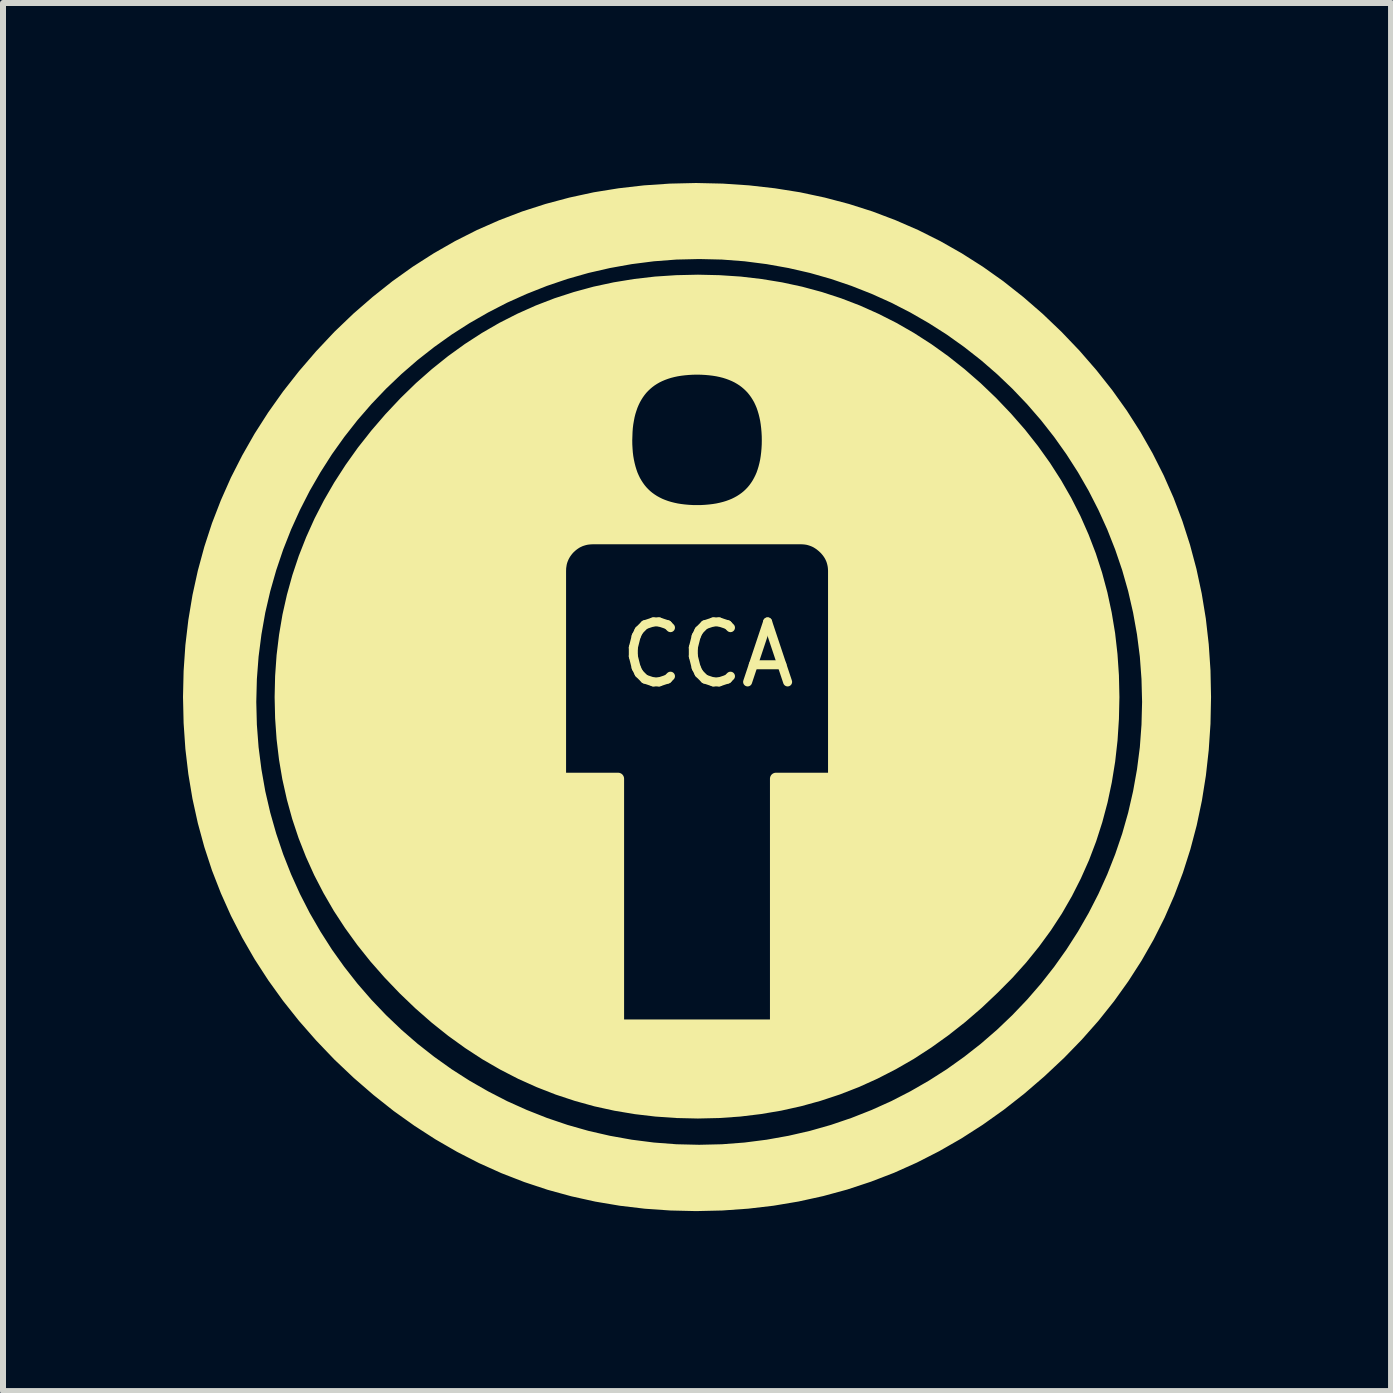
<source format=kicad_pcb>
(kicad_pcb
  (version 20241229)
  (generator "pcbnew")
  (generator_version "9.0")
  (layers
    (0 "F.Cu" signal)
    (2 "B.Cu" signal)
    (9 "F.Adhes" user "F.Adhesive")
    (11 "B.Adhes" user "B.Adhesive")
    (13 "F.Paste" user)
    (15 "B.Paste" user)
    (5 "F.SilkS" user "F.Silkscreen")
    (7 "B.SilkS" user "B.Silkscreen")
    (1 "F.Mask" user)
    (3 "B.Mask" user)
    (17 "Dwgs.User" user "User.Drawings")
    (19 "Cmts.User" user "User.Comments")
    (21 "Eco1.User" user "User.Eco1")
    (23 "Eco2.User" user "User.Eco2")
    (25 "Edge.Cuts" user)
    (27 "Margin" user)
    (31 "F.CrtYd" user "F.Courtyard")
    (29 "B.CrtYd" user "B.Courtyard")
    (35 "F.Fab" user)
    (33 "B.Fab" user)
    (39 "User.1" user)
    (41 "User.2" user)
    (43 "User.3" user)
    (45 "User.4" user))
  (footprint "CCA"
    (layer "F.Cu")
    (at 8.743 8.36)
    (property "Reference" "CCA" (at 0 -0.5 0) (unlocked yes) (layer "F.SilkS") (effects (font (size 1 1) (thickness 0.15))))
    (attr smd)
    (fp_poly (pts (xy 0.25 -8.25) (xy 0.683 -8.221) (xy 1.107 -8.173) (xy 1.522 -8.107) (xy 1.929 -8.02) (xy 2.327 -7.915) (xy 2.716 -7.791) (xy 3.096 -7.647) (xy 3.468 -7.485) (xy 3.831 -7.303) (xy 4.185 -7.102) (xy 4.531 -6.882) (xy 4.868 -6.643) (xy 5.196 -6.384) (xy 5.515 -6.107) (xy 5.826 -5.81) (xy 6.124 -5.498) (xy 6.403 -5.177) (xy 6.663 -4.848) (xy 6.904 -4.51) (xy 7.125 -4.164) (xy 7.327 -3.809) (xy 7.51 -3.446) (xy 7.674 -3.074) (xy 7.818 -2.693) (xy 7.943 -2.304) (xy 8.049 -1.907) (xy 8.136 -1.501) (xy 8.204 -1.087) (xy 8.252 -0.664) (xy 8.281 -0.233) (xy 8.29 0.207) (xy 8.281 0.648) (xy 8.252 1.081) (xy 8.205 1.503) (xy 8.139 1.917) (xy 8.054 2.321) (xy 7.95 2.715) (xy 7.827 3.101) (xy 7.685 3.477) (xy 7.525 3.843) (xy 7.345 4.201) (xy 7.146 4.549) (xy 6.929 4.887) (xy 6.693 5.217) (xy 6.438 5.537) (xy 6.164 5.847) (xy 5.871 6.149) (xy 5.546 6.454) (xy 5.214 6.74) (xy 4.874 7.007) (xy 4.528 7.253) (xy 4.174 7.48) (xy 3.813 7.687) (xy 3.445 7.875) (xy 3.07 8.043) (xy 2.688 8.19) (xy 2.298 8.319) (xy 1.901 8.427) (xy 1.497 8.516) (xy 1.086 8.585) (xy 0.667 8.634) (xy 0.241 8.664) (xy -0.192 8.674) (xy -0.617 8.664) (xy -1.035 8.635) (xy -1.447 8.586) (xy -1.851 8.518) (xy -2.248 8.43) (xy -2.638 8.323) (xy -3.021 8.196) (xy -3.397 8.05) (xy -3.766 7.884) (xy -4.127 7.699) (xy -4.482 7.494) (xy -4.829 7.27) (xy -5.17 7.027) (xy -5.503 6.763) (xy -5.829 6.481) (xy -6.148 6.179) (xy -6.45 5.863) (xy -6.733 5.54) (xy -6.996 5.209) (xy -7.24 4.87) (xy -7.464 4.524) (xy -7.668 4.17) (xy -7.854 3.808) (xy -8.019 3.439) (xy -8.166 3.062) (xy -8.292 2.677) (xy -8.399 2.284) (xy -8.487 1.884) (xy -8.555 1.477) (xy -8.604 1.061) (xy -8.633 0.638) (xy -8.641 0.288) (xy -7.622 0.288) (xy -7.612 0.673) (xy -7.583 1.053) (xy -7.535 1.427) (xy -7.47 1.796) (xy -7.386 2.158) (xy -7.285 2.513) (xy -7.168 2.86) (xy -7.034 3.2) (xy -6.884 3.532) (xy -6.719 3.854) (xy -6.538 4.167) (xy -6.344 4.471) (xy -6.135 4.764) (xy -5.913 5.047) (xy -5.678 5.318) (xy -5.43 5.578) (xy -5.17 5.826) (xy -4.899 6.061) (xy -4.616 6.283) (xy -4.323 6.492) (xy -4.02 6.686) (xy -3.706 6.866) (xy -3.384 7.032) (xy -3.052 7.181) (xy -2.713 7.315) (xy -2.365 7.433) (xy -2.01 7.534) (xy -1.648 7.617) (xy -1.28 7.683) (xy -0.905 7.731) (xy -0.525 7.76) (xy -0.14 7.769) (xy 0.245 7.76) (xy 0.625 7.731) (xy 0.999 7.683) (xy 1.368 7.617) (xy 1.73 7.534) (xy 2.085 7.433) (xy 2.432 7.315) (xy 2.772 7.181) (xy 3.103 7.032) (xy 3.426 6.866) (xy 3.739 6.686) (xy 4.043 6.492) (xy 4.336 6.283) (xy 4.619 6.061) (xy 4.89 5.826) (xy 5.15 5.578) (xy 5.398 5.318) (xy 5.633 5.047) (xy 5.855 4.764) (xy 6.063 4.471) (xy 6.258 4.167) (xy 6.438 3.854) (xy 6.603 3.532) (xy 6.753 3.2) (xy 6.887 2.86) (xy 7.005 2.513) (xy 7.106 2.158) (xy 7.189 1.796) (xy 7.255 1.427) (xy 7.303 1.053) (xy 7.331 0.673) (xy 7.341 0.288) (xy 7.331 -0.097) (xy 7.303 -0.477) (xy 7.255 -0.851) (xy 7.189 -1.22) (xy 7.106 -1.582) (xy 7.005 -1.937) (xy 6.887 -2.284) (xy 6.753 -2.624) (xy 6.603 -2.955) (xy 6.438 -3.278) (xy 6.258 -3.591) (xy 6.063 -3.895) (xy 5.855 -4.188) (xy 5.633 -4.471) (xy 5.398 -4.742) (xy 5.15 -5.002) (xy 4.89 -5.25) (xy 4.619 -5.485) (xy 4.336 -5.707) (xy 4.043 -5.916) (xy 3.739 -6.11) (xy 3.426 -6.29) (xy 3.103 -6.456) (xy 2.772 -6.605) (xy 2.432 -6.739) (xy 2.085 -6.857) (xy 1.73 -6.958) (xy 1.368 -7.041) (xy 0.999 -7.107) (xy 0.625 -7.155) (xy 0.245 -7.184) (xy -0.14 -7.193) (xy -0.525 -7.184) (xy -0.905 -7.155) (xy -1.28 -7.107) (xy -1.648 -7.041) (xy -2.01 -6.958) (xy -2.365 -6.857) (xy -2.713 -6.739) (xy -3.052 -6.605) (xy -3.384 -6.456) (xy -3.706 -6.29) (xy -4.02 -6.11) (xy -4.323 -5.916) (xy -4.616 -5.707) (xy -4.899 -5.485) (xy -5.17 -5.25) (xy -5.43 -5.002) (xy -5.678 -4.742) (xy -5.913 -4.471) (xy -6.135 -4.188) (xy -6.344 -3.895) (xy -6.538 -3.591) (xy -6.719 -3.278) (xy -6.884 -2.955) (xy -7.034 -2.624) (xy -7.168 -2.284) (xy -7.285 -1.937) (xy -7.386 -1.582) (xy -7.47 -1.22) (xy -7.535 -0.851) (xy -7.583 -0.477) (xy -7.612 -0.097) (xy -7.622 0.288) (xy -8.641 0.288) (xy -8.643 0.207) (xy -8.633 -0.224) (xy -8.604 -0.648) (xy -8.555 -1.064) (xy -8.487 -1.473) (xy -8.399 -1.875) (xy -8.292 -2.269) (xy -8.166 -2.656) (xy -8.019 -3.036) (xy -7.854 -3.408) (xy -7.668 -3.773) (xy -7.464 -4.131) (xy -7.24 -4.481) (xy -6.996 -4.825) (xy -6.733 -5.16) (xy -6.45 -5.489) (xy -6.148 -5.81) (xy -5.838 -6.107) (xy -5.519 -6.384) (xy -5.193 -6.643) (xy -4.858 -6.882) (xy -4.514 -7.102) (xy -4.163 -7.303) (xy -3.803 -7.485) (xy -3.435 -7.647) (xy -3.058 -7.791) (xy -2.673 -7.915) (xy -2.28 -8.02) (xy -1.879 -8.107) (xy -1.47 -8.173) (xy -1.052 -8.221) (xy -0.626 -8.25) (xy -0.192 -8.26)) (stroke (width 0.2) (type solid)) (fill yes) (layer "F.SilkS"))
    (fp_poly (pts (xy 0.194 -6.724) (xy 0.544 -6.701) (xy 0.886 -6.661) (xy 1.222 -6.606) (xy 1.551 -6.535) (xy 1.874 -6.448) (xy 2.19 -6.345) (xy 2.5 -6.226) (xy 2.802 -6.091) (xy 3.099 -5.941) (xy 3.388 -5.775) (xy 3.671 -5.593) (xy 3.948 -5.395) (xy 4.217 -5.182) (xy 4.481 -4.952) (xy 4.737 -4.707) (xy 4.982 -4.45) (xy 5.212 -4.187) (xy 5.425 -3.917) (xy 5.623 -3.64) (xy 5.805 -3.356) (xy 5.971 -3.066) (xy 6.122 -2.769) (xy 6.256 -2.465) (xy 6.375 -2.155) (xy 6.478 -1.838) (xy 6.565 -1.514) (xy 6.636 -1.183) (xy 6.692 -0.846) (xy 6.731 -0.502) (xy 6.755 -0.151) (xy 6.763 0.207) (xy 6.755 0.57) (xy 6.732 0.924) (xy 6.693 1.271) (xy 6.638 1.61) (xy 6.568 1.941) (xy 6.482 2.264) (xy 6.381 2.579) (xy 6.264 2.887) (xy 6.131 3.186) (xy 5.983 3.478) (xy 5.82 3.761) (xy 5.64 4.037) (xy 5.445 4.304) (xy 5.235 4.564) (xy 5.009 4.816) (xy 4.767 5.06) (xy 4.502 5.311) (xy 4.23 5.546) (xy 3.953 5.764) (xy 3.671 5.966) (xy 3.383 6.153) (xy 3.089 6.322) (xy 2.789 6.476) (xy 2.484 6.614) (xy 2.173 6.735) (xy 1.856 6.84) (xy 1.534 6.929) (xy 1.206 7.002) (xy 0.873 7.058) (xy 0.534 7.099) (xy 0.189 7.123) (xy -0.162 7.131) (xy -0.514 7.123) (xy -0.86 7.099) (xy -1.2 7.059) (xy -1.534 7.003) (xy -1.862 6.931) (xy -2.183 6.842) (xy -2.498 6.738) (xy -2.808 6.617) (xy -3.111 6.481) (xy -3.408 6.328) (xy -3.699 6.16) (xy -3.983 5.975) (xy -4.262 5.774) (xy -4.534 5.557) (xy -4.8 5.324) (xy -5.06 5.075) (xy -5.309 4.815) (xy -5.542 4.55) (xy -5.759 4.278) (xy -5.96 4) (xy -6.145 3.717) (xy -6.313 3.427) (xy -6.466 3.132) (xy -6.602 2.831) (xy -6.723 2.523) (xy -6.827 2.21) (xy -6.915 1.891) (xy -6.987 1.568) (xy -2.459 1.568) (xy -1.492 1.568) (xy -1.492 5.68) (xy 1.139 5.68) (xy 1.139 1.568) (xy 2.107 1.568) (xy 2.107 -1.894) (xy 2.106 -1.923) (xy 2.104 -1.95) (xy 2.101 -1.977) (xy 2.096 -2.004) (xy 2.09 -2.03) (xy 2.083 -2.055) (xy 2.075 -2.08) (xy 2.065 -2.104) (xy 2.054 -2.128) (xy 2.042 -2.151) (xy 2.028 -2.174) (xy 2.013 -2.196) (xy 1.997 -2.218) (xy 1.979 -2.239) (xy 1.961 -2.26) (xy 1.94 -2.28) (xy 1.92 -2.299) (xy 1.898 -2.317) (xy 1.877 -2.334) (xy 1.855 -2.349) (xy 1.832 -2.364) (xy 1.81 -2.377) (xy 1.786 -2.389) (xy 1.763 -2.399) (xy 1.739 -2.408) (xy 1.715 -2.416) (xy 1.691 -2.423) (xy 1.666 -2.429) (xy 1.64 -2.433) (xy 1.615 -2.436) (xy 1.589 -2.438) (xy 1.563 -2.439) (xy -1.915 -2.439) (xy -1.943 -2.438) (xy -1.971 -2.436) (xy -1.998 -2.433) (xy -2.024 -2.429) (xy -2.05 -2.423) (xy -2.075 -2.416) (xy -2.1 -2.408) (xy -2.125 -2.399) (xy -2.148 -2.388) (xy -2.172 -2.377) (xy -2.194 -2.364) (xy -2.217 -2.349) (xy -2.238 -2.334) (xy -2.26 -2.317) (xy -2.28 -2.299) (xy -2.301 -2.28) (xy -2.32 -2.26) (xy -2.338 -2.239) (xy -2.354 -2.218) (xy -2.37 -2.196) (xy -2.384 -2.174) (xy -2.397 -2.151) (xy -2.409 -2.128) (xy -2.419 -2.104) (xy -2.429 -2.08) (xy -2.437 -2.055) (xy -2.444 -2.03) (xy -2.449 -2.004) (xy -2.453 -1.977) (xy -2.457 -1.95) (xy -2.458 -1.923) (xy -2.459 -1.894) (xy -2.459 1.568) (xy -6.987 1.568) (xy -6.988 1.566) (xy -7.044 1.235) (xy -7.084 0.899) (xy -7.108 0.556) (xy -7.116 0.207) (xy -7.108 -0.14) (xy -7.084 -0.481) (xy -7.043 -0.818) (xy -6.987 -1.149) (xy -6.914 -1.474) (xy -6.825 -1.795) (xy -6.72 -2.11) (xy -6.598 -2.42) (xy -6.461 -2.724) (xy -6.307 -3.023) (xy -6.137 -3.317) (xy -5.951 -3.605) (xy -5.749 -3.889) (xy -5.605 -4.071) (xy -1.356 -4.071) (xy -1.355 -3.999) (xy -1.351 -3.929) (xy -1.346 -3.861) (xy -1.338 -3.795) (xy -1.327 -3.732) (xy -1.314 -3.671) (xy -1.299 -3.612) (xy -1.282 -3.556) (xy -1.263 -3.501) (xy -1.241 -3.45) (xy -1.217 -3.4) (xy -1.19 -3.353) (xy -1.161 -3.308) (xy -1.13 -3.265) (xy -1.097 -3.225) (xy -1.061 -3.187) (xy -1.023 -3.151) (xy -0.983 -3.118) (xy -0.94 -3.087) (xy -0.895 -3.058) (xy -0.848 -3.032) (xy -0.798 -3.007) (xy -0.747 -2.986) (xy -0.692 -2.966) (xy -0.636 -2.949) (xy -0.577 -2.934) (xy -0.516 -2.921) (xy -0.453 -2.911) (xy -0.387 -2.903) (xy -0.319 -2.897) (xy -0.249 -2.893) (xy -0.176 -2.892) (xy -0.104 -2.893) (xy -0.034 -2.897) (xy 0.034 -2.903) (xy 0.1 -2.911) (xy 0.163 -2.921) (xy 0.224 -2.934) (xy 0.283 -2.949) (xy 0.339 -2.966) (xy 0.394 -2.986) (xy 0.445 -3.007) (xy 0.495 -3.032) (xy 0.542 -3.058) (xy 0.587 -3.087) (xy 0.63 -3.118) (xy 0.67 -3.151) (xy 0.708 -3.187) (xy 0.744 -3.225) (xy 0.777 -3.265) (xy 0.808 -3.308) (xy 0.837 -3.353) (xy 0.863 -3.4) (xy 0.888 -3.45) (xy 0.91 -3.501) (xy 0.929 -3.556) (xy 0.946 -3.612) (xy 0.961 -3.671) (xy 0.974 -3.732) (xy 0.984 -3.795) (xy 0.992 -3.861) (xy 0.998 -3.929) (xy 1.002 -3.999) (xy 1.003 -4.071) (xy 1.002 -4.145) (xy 0.998 -4.216) (xy 0.992 -4.285) (xy 0.984 -4.351) (xy 0.974 -4.416) (xy 0.961 -4.477) (xy 0.946 -4.537) (xy 0.929 -4.594) (xy 0.91 -4.649) (xy 0.888 -4.701) (xy 0.864 -4.752) (xy 0.837 -4.799) (xy 0.808 -4.845) (xy 0.777 -4.888) (xy 0.744 -4.929) (xy 0.708 -4.967) (xy 0.67 -5.003) (xy 0.63 -5.037) (xy 0.587 -5.069) (xy 0.542 -5.098) (xy 0.495 -5.125) (xy 0.446 -5.149) (xy 0.394 -5.171) (xy 0.34 -5.191) (xy 0.283 -5.209) (xy 0.224 -5.224) (xy 0.163 -5.237) (xy 0.1 -5.247) (xy 0.034 -5.255) (xy -0.034 -5.261) (xy -0.104 -5.265) (xy -0.176 -5.266) (xy -0.249 -5.265) (xy -0.319 -5.261) (xy -0.387 -5.255) (xy -0.453 -5.247) (xy -0.516 -5.237) (xy -0.577 -5.224) (xy -0.636 -5.209) (xy -0.693 -5.191) (xy -0.747 -5.171) (xy -0.799 -5.149) (xy -0.848 -5.125) (xy -0.895 -5.098) (xy -0.94 -5.069) (xy -0.983 -5.037) (xy -1.023 -5.003) (xy -1.061 -4.967) (xy -1.097 -4.929) (xy -1.13 -4.888) (xy -1.161 -4.845) (xy -1.19 -4.799) (xy -1.217 -4.751) (xy -1.241 -4.701) (xy -1.263 -4.649) (xy -1.282 -4.594) (xy -1.3 -4.537) (xy -1.315 -4.477) (xy -1.327 -4.415) (xy -1.338 -4.351) (xy -1.346 -4.285) (xy -1.351 -4.216) (xy -1.356 -4.071) (xy -5.605 -4.071) (xy -5.53 -4.167) (xy -5.296 -4.439) (xy -5.045 -4.706) (xy -4.792 -4.952) (xy -4.532 -5.181) (xy -4.265 -5.395) (xy -3.991 -5.593) (xy -3.71 -5.775) (xy -3.423 -5.941) (xy -3.128 -6.091) (xy -2.826 -6.226) (xy -2.517 -6.345) (xy -2.202 -6.447) (xy -1.879 -6.535) (xy -1.549 -6.606) (xy -1.213 -6.661) (xy -0.869 -6.701) (xy -0.519 -6.724) (xy -0.161 -6.732)) (stroke (width 0.2) (type solid)) (fill yes) (layer "F.SilkS")))
  (gr_rect
    (start -3 -3)
    (end 20.133 20.133)
    (stroke (width 0.1) (type default))
    (fill no)
    (layer "Edge.Cuts")))
</source>
